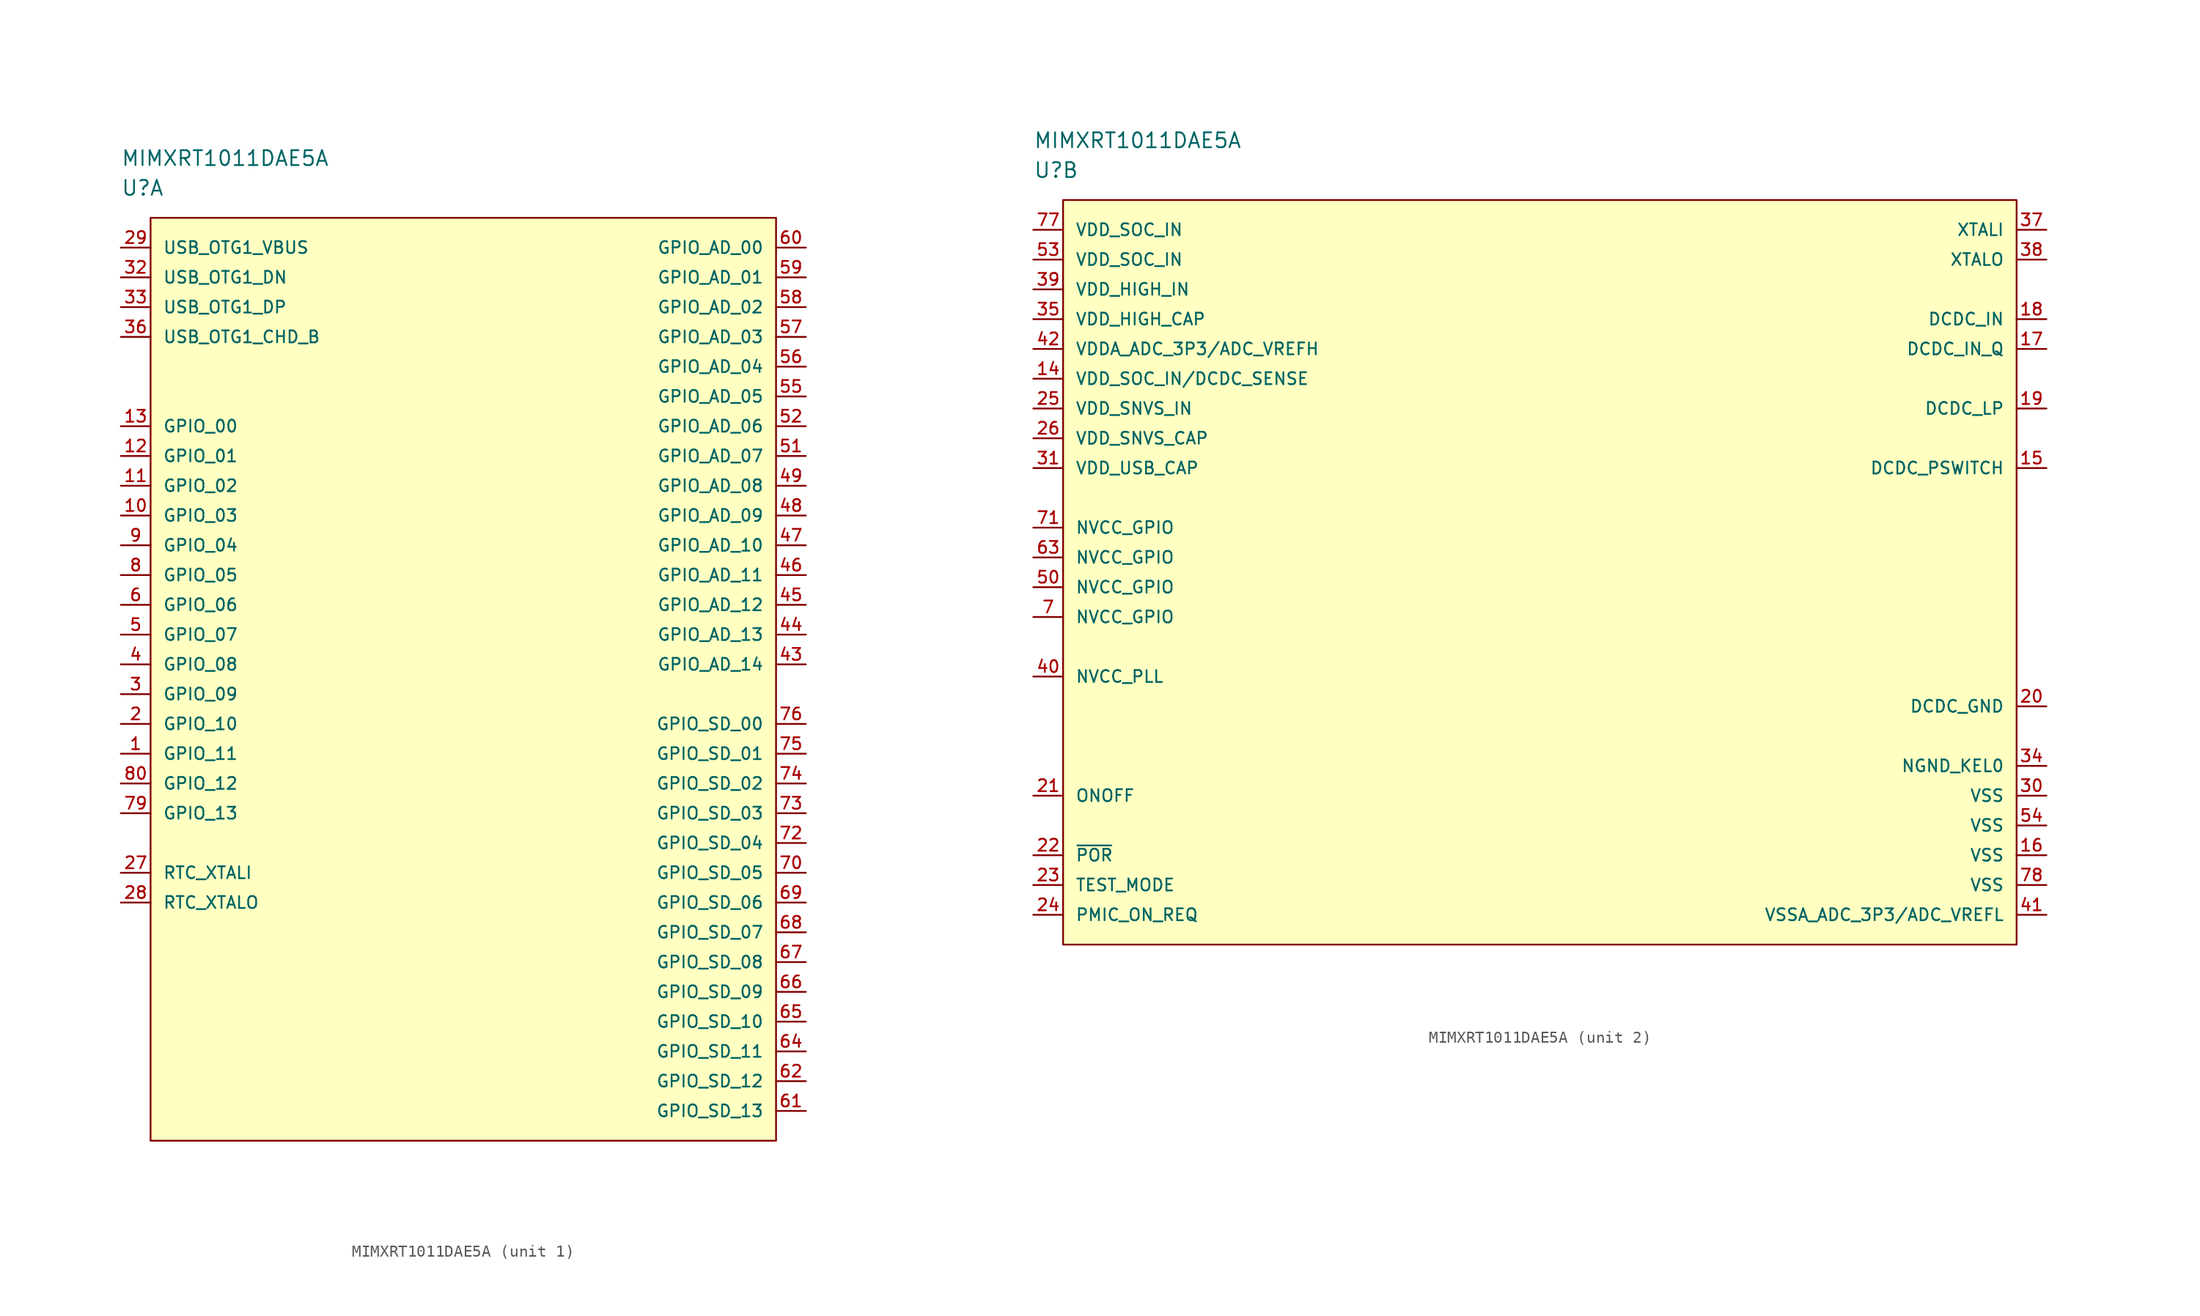
<source format=kicad_sym>
(kicad_symbol_lib
  (version 20220914)
  (generator kicad_symbol_editor)
  (symbol "MIMXRT1011DAE5A"
    (pin_names
      (offset 1.016))
    (property "Reference" "U"
      (at 0 5.08 0)
      (effects (font (size 1.27 1.27)) (justify left)))
    (property "Value" "MIMXRT1011DAE5A"
      (at 0 7.62 0)
      (effects (font (size 1.27 1.27)) (justify left)))
    (property "ki_locked" ""
      (at 0 0 0)
      (effects (font (size 1.27 1.27))))
    (symbol "MIMXRT1011DAE5A_1_1"
      (rectangle (start 2.54 2.54) (end 55.88 -76.2) (stroke (width 0) (type solid)) (fill (type background)))
      (pin bidirectional line (at 0 -43.18 0) (length 2.54) (name "GPIO_11" (effects (font (size 1.016 1.016)))) (number "1" (effects (font (size 1.016 1.016)))))
      (pin bidirectional line (at 0 -22.86 0) (length 2.54) (name "GPIO_03" (effects (font (size 1.016 1.016)))) (number "10" (effects (font (size 1.016 1.016)))))
      (pin bidirectional line (at 0 -20.32 0) (length 2.54) (name "GPIO_02" (effects (font (size 1.016 1.016)))) (number "11" (effects (font (size 1.016 1.016)))))
      (pin bidirectional line (at 0 -17.78 0) (length 2.54) (name "GPIO_01" (effects (font (size 1.016 1.016)))) (number "12" (effects (font (size 1.016 1.016)))))
      (pin bidirectional line (at 0 -15.24 0) (length 2.54) (name "GPIO_00" (effects (font (size 1.016 1.016)))) (number "13" (effects (font (size 1.016 1.016)))))
      (pin bidirectional line (at 0 -40.64 0) (length 2.54) (name "GPIO_10" (effects (font (size 1.016 1.016)))) (number "2" (effects (font (size 1.016 1.016)))))
      (pin input line (at 0 -53.34 0) (length 2.54) (name "RTC_XTALI" (effects (font (size 1.016 1.016)))) (number "27" (effects (font (size 1.016 1.016)))))
      (pin output line (at 0 -55.88 0) (length 2.54) (name "RTC_XTALO" (effects (font (size 1.016 1.016)))) (number "28" (effects (font (size 1.016 1.016)))))
      (pin power_in line (at 0 0 0) (length 2.54) (name "USB_OTG1_VBUS" (effects (font (size 1.016 1.016)))) (number "29" (effects (font (size 1.016 1.016)))))
      (pin bidirectional line (at 0 -38.1 0) (length 2.54) (name "GPIO_09" (effects (font (size 1.016 1.016)))) (number "3" (effects (font (size 1.016 1.016)))))
      (pin bidirectional line (at 0 -2.54 0) (length 2.54) (name "USB_OTG1_DN" (effects (font (size 1.016 1.016)))) (number "32" (effects (font (size 1.016 1.016)))))
      (pin bidirectional line (at 0 -5.08 0) (length 2.54) (name "USB_OTG1_DP" (effects (font (size 1.016 1.016)))) (number "33" (effects (font (size 1.016 1.016)))))
      (pin bidirectional line (at 0 -7.62 0) (length 2.54) (name "USB_OTG1_CHD_B" (effects (font (size 1.016 1.016)))) (number "36" (effects (font (size 1.016 1.016)))))
      (pin bidirectional line (at 0 -35.56 0) (length 2.54) (name "GPIO_08" (effects (font (size 1.016 1.016)))) (number "4" (effects (font (size 1.016 1.016)))))
      (pin bidirectional line (at 58.42 -35.56 180) (length 2.54) (name "GPIO_AD_14" (effects (font (size 1.016 1.016)))) (number "43" (effects (font (size 1.016 1.016)))))
      (pin bidirectional line (at 58.42 -33.02 180) (length 2.54) (name "GPIO_AD_13" (effects (font (size 1.016 1.016)))) (number "44" (effects (font (size 1.016 1.016)))))
      (pin bidirectional line (at 58.42 -30.48 180) (length 2.54) (name "GPIO_AD_12" (effects (font (size 1.016 1.016)))) (number "45" (effects (font (size 1.016 1.016)))))
      (pin bidirectional line (at 58.42 -27.94 180) (length 2.54) (name "GPIO_AD_11" (effects (font (size 1.016 1.016)))) (number "46" (effects (font (size 1.016 1.016)))))
      (pin bidirectional line (at 58.42 -25.4 180) (length 2.54) (name "GPIO_AD_10" (effects (font (size 1.016 1.016)))) (number "47" (effects (font (size 1.016 1.016)))))
      (pin bidirectional line (at 58.42 -22.86 180) (length 2.54) (name "GPIO_AD_09" (effects (font (size 1.016 1.016)))) (number "48" (effects (font (size 1.016 1.016)))))
      (pin bidirectional line (at 58.42 -20.32 180) (length 2.54) (name "GPIO_AD_08" (effects (font (size 1.016 1.016)))) (number "49" (effects (font (size 1.016 1.016)))))
      (pin bidirectional line (at 0 -33.02 0) (length 2.54) (name "GPIO_07" (effects (font (size 1.016 1.016)))) (number "5" (effects (font (size 1.016 1.016)))))
      (pin bidirectional line (at 58.42 -17.78 180) (length 2.54) (name "GPIO_AD_07" (effects (font (size 1.016 1.016)))) (number "51" (effects (font (size 1.016 1.016)))))
      (pin bidirectional line (at 58.42 -15.24 180) (length 2.54) (name "GPIO_AD_06" (effects (font (size 1.016 1.016)))) (number "52" (effects (font (size 1.016 1.016)))))
      (pin bidirectional line (at 58.42 -12.7 180) (length 2.54) (name "GPIO_AD_05" (effects (font (size 1.016 1.016)))) (number "55" (effects (font (size 1.016 1.016)))))
      (pin bidirectional line (at 58.42 -10.16 180) (length 2.54) (name "GPIO_AD_04" (effects (font (size 1.016 1.016)))) (number "56" (effects (font (size 1.016 1.016)))))
      (pin bidirectional line (at 58.42 -7.62 180) (length 2.54) (name "GPIO_AD_03" (effects (font (size 1.016 1.016)))) (number "57" (effects (font (size 1.016 1.016)))))
      (pin bidirectional line (at 58.42 -5.08 180) (length 2.54) (name "GPIO_AD_02" (effects (font (size 1.016 1.016)))) (number "58" (effects (font (size 1.016 1.016)))))
      (pin bidirectional line (at 58.42 -2.54 180) (length 2.54) (name "GPIO_AD_01" (effects (font (size 1.016 1.016)))) (number "59" (effects (font (size 1.016 1.016)))))
      (pin bidirectional line (at 0 -30.48 0) (length 2.54) (name "GPIO_06" (effects (font (size 1.016 1.016)))) (number "6" (effects (font (size 1.016 1.016)))))
      (pin bidirectional line (at 58.42 0 180) (length 2.54) (name "GPIO_AD_00" (effects (font (size 1.016 1.016)))) (number "60" (effects (font (size 1.016 1.016)))))
      (pin bidirectional line (at 58.42 -73.66 180) (length 2.54) (name "GPIO_SD_13" (effects (font (size 1.016 1.016)))) (number "61" (effects (font (size 1.016 1.016)))))
      (pin bidirectional line (at 58.42 -71.12 180) (length 2.54) (name "GPIO_SD_12" (effects (font (size 1.016 1.016)))) (number "62" (effects (font (size 1.016 1.016)))))
      (pin bidirectional line (at 58.42 -68.58 180) (length 2.54) (name "GPIO_SD_11" (effects (font (size 1.016 1.016)))) (number "64" (effects (font (size 1.016 1.016)))))
      (pin bidirectional line (at 58.42 -66.04 180) (length 2.54) (name "GPIO_SD_10" (effects (font (size 1.016 1.016)))) (number "65" (effects (font (size 1.016 1.016)))))
      (pin bidirectional line (at 58.42 -63.5 180) (length 2.54) (name "GPIO_SD_09" (effects (font (size 1.016 1.016)))) (number "66" (effects (font (size 1.016 1.016)))))
      (pin bidirectional line (at 58.42 -60.96 180) (length 2.54) (name "GPIO_SD_08" (effects (font (size 1.016 1.016)))) (number "67" (effects (font (size 1.016 1.016)))))
      (pin bidirectional line (at 58.42 -58.42 180) (length 2.54) (name "GPIO_SD_07" (effects (font (size 1.016 1.016)))) (number "68" (effects (font (size 1.016 1.016)))))
      (pin bidirectional line (at 58.42 -55.88 180) (length 2.54) (name "GPIO_SD_06" (effects (font (size 1.016 1.016)))) (number "69" (effects (font (size 1.016 1.016)))))
      (pin bidirectional line (at 58.42 -53.34 180) (length 2.54) (name "GPIO_SD_05" (effects (font (size 1.016 1.016)))) (number "70" (effects (font (size 1.016 1.016)))))
      (pin bidirectional line (at 58.42 -50.8 180) (length 2.54) (name "GPIO_SD_04" (effects (font (size 1.016 1.016)))) (number "72" (effects (font (size 1.016 1.016)))))
      (pin bidirectional line (at 58.42 -48.26 180) (length 2.54) (name "GPIO_SD_03" (effects (font (size 1.016 1.016)))) (number "73" (effects (font (size 1.016 1.016)))))
      (pin bidirectional line (at 58.42 -45.72 180) (length 2.54) (name "GPIO_SD_02" (effects (font (size 1.016 1.016)))) (number "74" (effects (font (size 1.016 1.016)))))
      (pin bidirectional line (at 58.42 -43.18 180) (length 2.54) (name "GPIO_SD_01" (effects (font (size 1.016 1.016)))) (number "75" (effects (font (size 1.016 1.016)))))
      (pin bidirectional line (at 58.42 -40.64 180) (length 2.54) (name "GPIO_SD_00" (effects (font (size 1.016 1.016)))) (number "76" (effects (font (size 1.016 1.016)))))
      (pin bidirectional line (at 0 -48.26 0) (length 2.54) (name "GPIO_13" (effects (font (size 1.016 1.016)))) (number "79" (effects (font (size 1.016 1.016)))))
      (pin bidirectional line (at 0 -27.94 0) (length 2.54) (name "GPIO_05" (effects (font (size 1.016 1.016)))) (number "8" (effects (font (size 1.016 1.016)))))
      (pin bidirectional line (at 0 -45.72 0) (length 2.54) (name "GPIO_12" (effects (font (size 1.016 1.016)))) (number "80" (effects (font (size 1.016 1.016)))))
      (pin bidirectional line (at 0 -25.4 0) (length 2.54) (name "GPIO_04" (effects (font (size 1.016 1.016)))) (number "9" (effects (font (size 1.016 1.016))))))
    (symbol "MIMXRT1011DAE5A_2_1"
      (rectangle (start 2.54 2.54) (end 83.82 -60.96) (stroke (width 0) (type solid)) (fill (type background)))
      (pin power_in line (at 0 -12.7 0) (length 2.54) (name "VDD_SOC_IN/DCDC_SENSE" (effects (font (size 1.016 1.016)))) (number "14" (effects (font (size 1.016 1.016)))))
      (pin passive line (at 86.36 -20.32 180) (length 2.54) (name "DCDC_PSWITCH" (effects (font (size 1.016 1.016)))) (number "15" (effects (font (size 1.016 1.016)))))
      (pin power_in line (at 86.36 -53.34 180) (length 2.54) (name "VSS" (effects (font (size 1.016 1.016)))) (number "16" (effects (font (size 1.016 1.016)))))
      (pin input line (at 86.36 -10.16 180) (length 2.54) (name "DCDC_IN_Q" (effects (font (size 1.016 1.016)))) (number "17" (effects (font (size 1.016 1.016)))))
      (pin input line (at 86.36 -7.62 180) (length 2.54) (name "DCDC_IN" (effects (font (size 1.016 1.016)))) (number "18" (effects (font (size 1.016 1.016)))))
      (pin passive line (at 86.36 -15.24 180) (length 2.54) (name "DCDC_LP" (effects (font (size 1.016 1.016)))) (number "19" (effects (font (size 1.016 1.016)))))
      (pin power_in line (at 86.36 -40.64 180) (length 2.54) (name "DCDC_GND" (effects (font (size 1.016 1.016)))) (number "20" (effects (font (size 1.016 1.016)))))
      (pin bidirectional line (at 0 -48.26 0) (length 2.54) (name "ONOFF" (effects (font (size 1.016 1.016)))) (number "21" (effects (font (size 1.016 1.016)))))
      (pin bidirectional line (at 0 -53.34 0) (length 2.54) (name "~{POR}" (effects (font (size 1.016 1.016)))) (number "22" (effects (font (size 1.016 1.016)))))
      (pin bidirectional line (at 0 -55.88 0) (length 2.54) (name "TEST_MODE" (effects (font (size 1.016 1.016)))) (number "23" (effects (font (size 1.016 1.016)))))
      (pin passive line (at 0 -58.42 0) (length 2.54) (name "PMIC_ON_REQ" (effects (font (size 1.016 1.016)))) (number "24" (effects (font (size 1.016 1.016)))))
      (pin power_in line (at 0 -15.24 0) (length 2.54) (name "VDD_SNVS_IN" (effects (font (size 1.016 1.016)))) (number "25" (effects (font (size 1.016 1.016)))))
      (pin power_in line (at 0 -17.78 0) (length 2.54) (name "VDD_SNVS_CAP" (effects (font (size 1.016 1.016)))) (number "26" (effects (font (size 1.016 1.016)))))
      (pin power_in line (at 86.36 -48.26 180) (length 2.54) (name "VSS" (effects (font (size 1.016 1.016)))) (number "30" (effects (font (size 1.016 1.016)))))
      (pin power_in line (at 0 -20.32 0) (length 2.54) (name "VDD_USB_CAP" (effects (font (size 1.016 1.016)))) (number "31" (effects (font (size 1.016 1.016)))))
      (pin power_in line (at 86.36 -45.72 180) (length 2.54) (name "NGND_KEL0" (effects (font (size 1.016 1.016)))) (number "34" (effects (font (size 1.016 1.016)))))
      (pin power_in line (at 0 -7.62 0) (length 2.54) (name "VDD_HIGH_CAP" (effects (font (size 1.016 1.016)))) (number "35" (effects (font (size 1.016 1.016)))))
      (pin input line (at 86.36 0 180) (length 2.54) (name "XTALI" (effects (font (size 1.016 1.016)))) (number "37" (effects (font (size 1.016 1.016)))))
      (pin output line (at 86.36 -2.54 180) (length 2.54) (name "XTALO" (effects (font (size 1.016 1.016)))) (number "38" (effects (font (size 1.016 1.016)))))
      (pin power_in line (at 0 -5.08 0) (length 2.54) (name "VDD_HIGH_IN" (effects (font (size 1.016 1.016)))) (number "39" (effects (font (size 1.016 1.016)))))
      (pin power_in line (at 0 -38.1 0) (length 2.54) (name "NVCC_PLL" (effects (font (size 1.016 1.016)))) (number "40" (effects (font (size 1.016 1.016)))))
      (pin power_in line (at 86.36 -58.42 180) (length 2.54) (name "VSSA_ADC_3P3/ADC_VREFL" (effects (font (size 1.016 1.016)))) (number "41" (effects (font (size 1.016 1.016)))))
      (pin power_in line (at 0 -10.16 0) (length 2.54) (name "VDDA_ADC_3P3/ADC_VREFH" (effects (font (size 1.016 1.016)))) (number "42" (effects (font (size 1.016 1.016)))))
      (pin power_in line (at 0 -30.48 0) (length 2.54) (name "NVCC_GPIO" (effects (font (size 1.016 1.016)))) (number "50" (effects (font (size 1.016 1.016)))))
      (pin bidirectional line (at 0 -2.54 0) (length 2.54) (name "VDD_SOC_IN" (effects (font (size 1.016 1.016)))) (number "53" (effects (font (size 1.016 1.016)))))
      (pin power_in line (at 86.36 -50.8 180) (length 2.54) (name "VSS" (effects (font (size 1.016 1.016)))) (number "54" (effects (font (size 1.016 1.016)))))
      (pin power_in line (at 0 -27.94 0) (length 2.54) (name "NVCC_GPIO" (effects (font (size 1.016 1.016)))) (number "63" (effects (font (size 1.016 1.016)))))
      (pin bidirectional line (at 0 -33.02 0) (length 2.54) (name "NVCC_GPIO" (effects (font (size 1.016 1.016)))) (number "7" (effects (font (size 1.016 1.016)))))
      (pin power_in line (at 0 -25.4 0) (length 2.54) (name "NVCC_GPIO" (effects (font (size 1.016 1.016)))) (number "71" (effects (font (size 1.016 1.016)))))
      (pin power_in line (at 0 0 0) (length 2.54) (name "VDD_SOC_IN" (effects (font (size 1.016 1.016)))) (number "77" (effects (font (size 1.016 1.016)))))
      (pin power_in line (at 86.36 -55.88 180) (length 2.54) (name "VSS" (effects (font (size 1.016 1.016)))) (number "78" (effects (font (size 1.016 1.016))))))))
</source>
